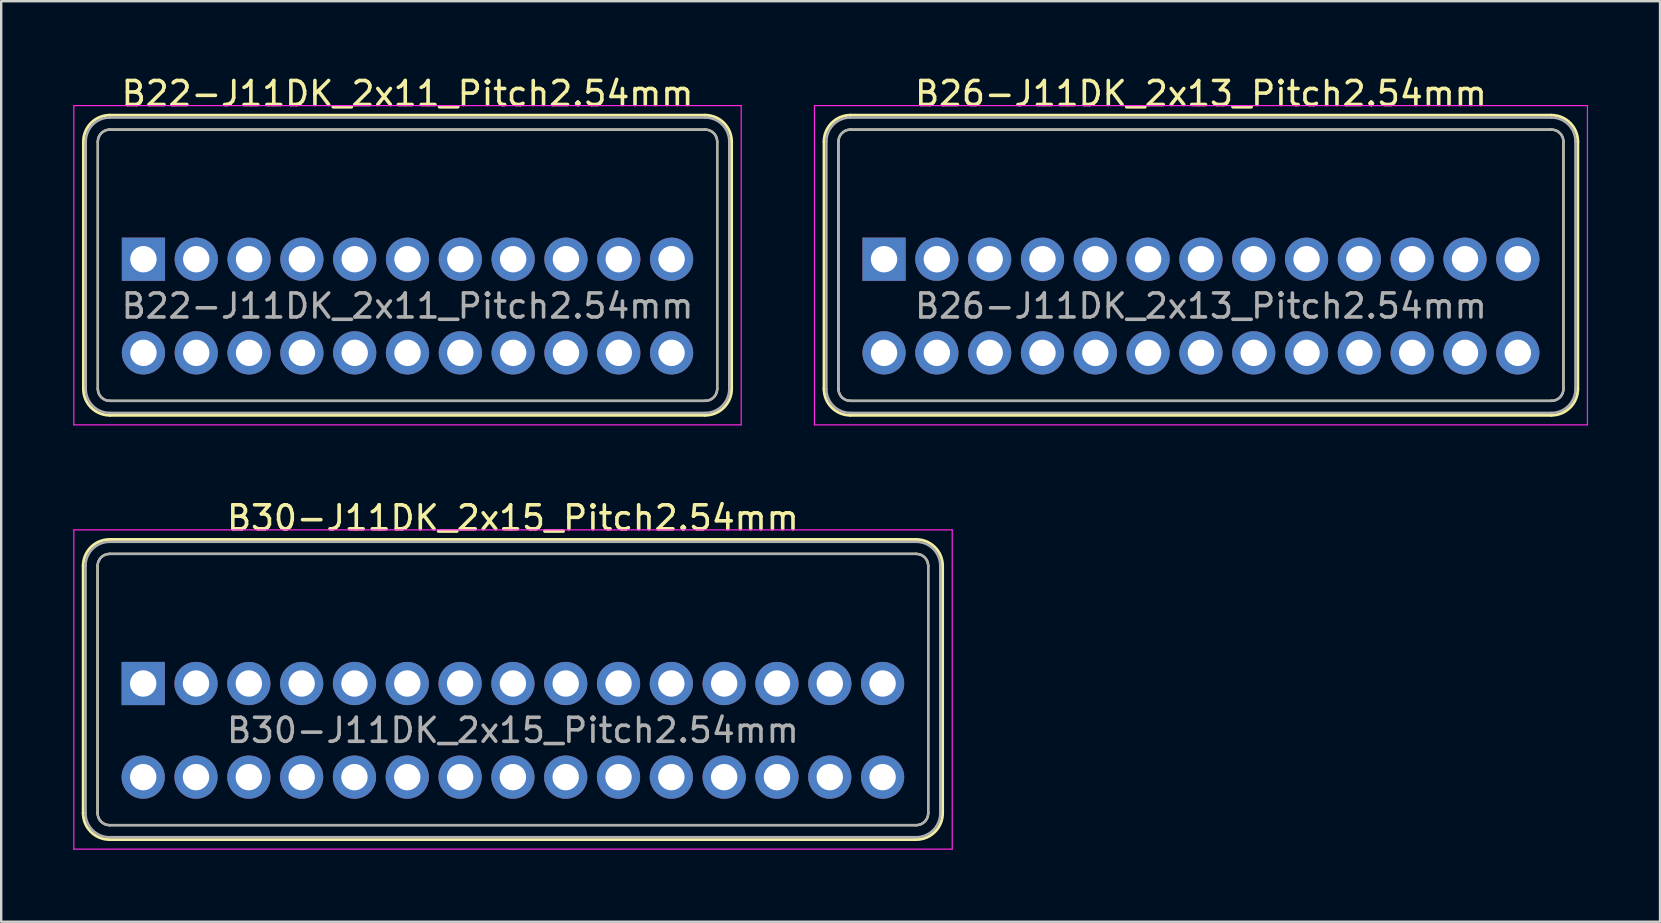
<source format=kicad_pcb>
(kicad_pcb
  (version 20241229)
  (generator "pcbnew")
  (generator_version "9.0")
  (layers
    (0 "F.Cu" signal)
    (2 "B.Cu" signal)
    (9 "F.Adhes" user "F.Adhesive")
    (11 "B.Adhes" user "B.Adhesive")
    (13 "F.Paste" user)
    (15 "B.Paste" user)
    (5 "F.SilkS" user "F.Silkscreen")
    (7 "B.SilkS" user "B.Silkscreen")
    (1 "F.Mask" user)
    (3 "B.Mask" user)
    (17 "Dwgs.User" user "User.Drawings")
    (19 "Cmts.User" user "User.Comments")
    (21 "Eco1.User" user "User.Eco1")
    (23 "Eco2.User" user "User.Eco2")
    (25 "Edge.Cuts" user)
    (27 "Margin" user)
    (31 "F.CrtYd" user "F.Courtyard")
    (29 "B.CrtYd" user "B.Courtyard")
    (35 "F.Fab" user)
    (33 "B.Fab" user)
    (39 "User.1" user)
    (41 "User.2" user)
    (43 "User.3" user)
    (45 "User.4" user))
  (footprint "B22-J11DK_2x11_Pitch2.54mm"
    (layer "F.Cu")
    (at 2.925 7.748)
    (property "Reference" "B22-J11DK_2x11_Pitch2.54mm" (at 11 -6.9 0) (layer "F.SilkS") (effects (font (size 1 1) (thickness 0.15))))
    (attr through_hole)
    (fp_line (start -2.5 -4.9) (end -2.5 5.4) (stroke (width 0.12) (type solid)) (layer "F.SilkS"))
    (fp_line (start -1.9 -4.9) (end -1.9 5.4) (stroke (width 0.1) (type solid)) (layer "F.SilkS"))
    (fp_line (start -1.4 -6) (end 23.4 -6) (stroke (width 0.12) (type solid)) (layer "F.SilkS"))
    (fp_line (start -1.4 -5.4) (end 23.4 -5.4) (stroke (width 0.1) (type solid)) (layer "F.SilkS"))
    (fp_line (start -1.4 5.9) (end 23.4 5.9) (stroke (width 0.1) (type solid)) (layer "F.SilkS"))
    (fp_line (start -1.4 6.5) (end 23.4 6.5) (stroke (width 0.12) (type solid)) (layer "F.SilkS"))
    (fp_line (start 23.9 -4.9) (end 23.9 5.4) (stroke (width 0.1) (type solid)) (layer "F.SilkS"))
    (fp_line (start 24.5 -4.9) (end 24.5 5.4) (stroke (width 0.12) (type solid)) (layer "F.SilkS"))
    (fp_arc (start -2.5 -4.9) (mid -2.177817 -5.677817) (end -1.4 -6) (stroke (width 0.12) (type solid)) (layer "F.SilkS"))
    (fp_arc (start -1.9 -4.9) (mid -1.753553 -5.253553) (end -1.4 -5.4) (stroke (width 0.1) (type solid)) (layer "F.SilkS"))
    (fp_arc (start -1.4 5.9) (mid -1.753553 5.753553) (end -1.9 5.4) (stroke (width 0.1) (type solid)) (layer "F.SilkS"))
    (fp_arc (start -1.4 6.5) (mid -2.177817 6.177817) (end -2.5 5.4) (stroke (width 0.12) (type solid)) (layer "F.SilkS"))
    (fp_arc (start 23.4 -6) (mid 24.177817 -5.677817) (end 24.5 -4.9) (stroke (width 0.12) (type solid)) (layer "F.SilkS"))
    (fp_arc (start 23.4 -5.4) (mid 23.753553 -5.253553) (end 23.9 -4.9) (stroke (width 0.1) (type solid)) (layer "F.SilkS"))
    (fp_arc (start 23.9 5.4) (mid 23.753553 5.753553) (end 23.4 5.9) (stroke (width 0.1) (type solid)) (layer "F.SilkS"))
    (fp_arc (start 24.5 5.4) (mid 24.177817 6.177817) (end 23.4 6.5) (stroke (width 0.12) (type solid)) (layer "F.SilkS"))
    (fp_line (start -2.9 -6.4) (end -2.9 6.9) (stroke (width 0.05) (type solid)) (layer "F.CrtYd"))
    (fp_line (start -2.9 6.9) (end 24.9 6.9) (stroke (width 0.05) (type solid)) (layer "F.CrtYd"))
    (fp_line (start 24.9 -6.4) (end -2.9 -6.4) (stroke (width 0.05) (type solid)) (layer "F.CrtYd"))
    (fp_line (start 24.9 6.9) (end 24.9 -6.4) (stroke (width 0.05) (type solid)) (layer "F.CrtYd"))
    (fp_line (start -2.4 -4.9) (end -2.4 5.4) (stroke (width 0.1) (type solid)) (layer "F.Fab"))
    (fp_line (start -1.9 -4.9) (end -1.9 5.4) (stroke (width 0.1) (type solid)) (layer "F.Fab"))
    (fp_line (start -1.4 -5.9) (end 23.4 -5.9) (stroke (width 0.1) (type solid)) (layer "F.Fab"))
    (fp_line (start -1.4 -5.4) (end 23.4 -5.4) (stroke (width 0.1) (type solid)) (layer "F.Fab"))
    (fp_line (start -1.4 5.9) (end 23.4 5.9) (stroke (width 0.1) (type solid)) (layer "F.Fab"))
    (fp_line (start -1.4 6.4) (end 23.4 6.4) (stroke (width 0.1) (type solid)) (layer "F.Fab"))
    (fp_line (start 23.9 -4.9) (end 23.9 5.4) (stroke (width 0.1) (type solid)) (layer "F.Fab"))
    (fp_line (start 24.4 -4.9) (end 24.4 5.4) (stroke (width 0.1) (type solid)) (layer "F.Fab"))
    (fp_arc (start -2.4 -4.9) (mid -2.107107 -5.607107) (end -1.4 -5.9) (stroke (width 0.1) (type solid)) (layer "F.Fab"))
    (fp_arc (start -1.9 -4.9) (mid -1.753553 -5.253553) (end -1.4 -5.4) (stroke (width 0.1) (type solid)) (layer "F.Fab"))
    (fp_arc (start -1.4 5.9) (mid -1.753553 5.753553) (end -1.9 5.4) (stroke (width 0.1) (type solid)) (layer "F.Fab"))
    (fp_arc (start -1.4 6.4) (mid -2.107107 6.107107) (end -2.4 5.4) (stroke (width 0.1) (type solid)) (layer "F.Fab"))
    (fp_arc (start 23.4 -5.9) (mid 24.107107 -5.607107) (end 24.4 -4.9) (stroke (width 0.1) (type solid)) (layer "F.Fab"))
    (fp_arc (start 23.4 -5.4) (mid 23.753553 -5.253553) (end 23.9 -4.9) (stroke (width 0.1) (type solid)) (layer "F.Fab"))
    (fp_arc (start 23.9 5.4) (mid 23.753553 5.753553) (end 23.4 5.9) (stroke (width 0.1) (type solid)) (layer "F.Fab"))
    (fp_arc (start 24.4 5.4) (mid 24.107107 6.107107) (end 23.4 6.4) (stroke (width 0.1) (type solid)) (layer "F.Fab"))
    (fp_text user "${REFERENCE}" (at 11 1.95 0) (layer "F.Fab") (effects (font (size 1 1) (thickness 0.15))))
    (pad "1" thru_hole rect (at 0 0) (size 1.8 1.8) (drill 1.1) (layers "*.Cu" "*.Mask"))
    (pad "2" thru_hole circle (at 0 3.9) (size 1.8 1.8) (drill 1.1) (layers "*.Cu" "*.Mask"))
    (pad "3" thru_hole circle (at 2.2 0) (size 1.8 1.8) (drill 1.1) (layers "*.Cu" "*.Mask"))
    (pad "4" thru_hole circle (at 2.2 3.9) (size 1.8 1.8) (drill 1.1) (layers "*.Cu" "*.Mask"))
    (pad "5" thru_hole circle (at 4.4 0) (size 1.8 1.8) (drill 1.1) (layers "*.Cu" "*.Mask"))
    (pad "6" thru_hole circle (at 4.4 3.9) (size 1.8 1.8) (drill 1.1) (layers "*.Cu" "*.Mask"))
    (pad "7" thru_hole circle (at 6.6 0) (size 1.8 1.8) (drill 1.1) (layers "*.Cu" "*.Mask"))
    (pad "8" thru_hole circle (at 6.6 3.9) (size 1.8 1.8) (drill 1.1) (layers "*.Cu" "*.Mask"))
    (pad "9" thru_hole circle (at 8.8 0) (size 1.8 1.8) (drill 1.1) (layers "*.Cu" "*.Mask"))
    (pad "10" thru_hole circle (at 8.8 3.9) (size 1.8 1.8) (drill 1.1) (layers "*.Cu" "*.Mask"))
    (pad "11" thru_hole circle (at 11 0) (size 1.8 1.8) (drill 1.1) (layers "*.Cu" "*.Mask"))
    (pad "12" thru_hole circle (at 11 3.9) (size 1.8 1.8) (drill 1.1) (layers "*.Cu" "*.Mask"))
    (pad "13" thru_hole circle (at 13.2 0) (size 1.8 1.8) (drill 1.1) (layers "*.Cu" "*.Mask"))
    (pad "14" thru_hole circle (at 13.2 3.9) (size 1.8 1.8) (drill 1.1) (layers "*.Cu" "*.Mask"))
    (pad "15" thru_hole circle (at 15.4 0) (size 1.8 1.8) (drill 1.1) (layers "*.Cu" "*.Mask"))
    (pad "16" thru_hole circle (at 15.4 3.9) (size 1.8 1.8) (drill 1.1) (layers "*.Cu" "*.Mask"))
    (pad "17" thru_hole circle (at 17.6 0) (size 1.8 1.8) (drill 1.1) (layers "*.Cu" "*.Mask"))
    (pad "18" thru_hole circle (at 17.6 3.9) (size 1.8 1.8) (drill 1.1) (layers "*.Cu" "*.Mask"))
    (pad "19" thru_hole circle (at 19.8 0) (size 1.8 1.8) (drill 1.1) (layers "*.Cu" "*.Mask"))
    (pad "20" thru_hole circle (at 19.8 3.9) (size 1.8 1.8) (drill 1.1) (layers "*.Cu" "*.Mask"))
    (pad "21" thru_hole circle (at 22 0) (size 1.8 1.8) (drill 1.1) (layers "*.Cu" "*.Mask"))
    (pad "22" thru_hole circle (at 22 3.9) (size 1.8 1.8) (drill 1.1) (layers "*.Cu" "*.Mask")))
  (footprint "B30-J11DK_2x15_Pitch2.54mm"
    (layer "F.Cu")
    (at 2.915 25.422)
    (property "Reference" "B30-J11DK_2x15_Pitch2.54mm" (at 15.4 -6.9 0) (layer "F.SilkS") (effects (font (size 1 1) (thickness 0.15))))
    (attr through_hole)
    (fp_line (start -2.5 -4.9) (end -2.5 5.4) (stroke (width 0.12) (type solid)) (layer "F.SilkS"))
    (fp_line (start -1.9 -4.9) (end -1.9 5.4) (stroke (width 0.1) (type solid)) (layer "F.SilkS"))
    (fp_line (start -1.4 -6) (end 32.2 -6) (stroke (width 0.12) (type solid)) (layer "F.SilkS"))
    (fp_line (start -1.4 -5.4) (end 32.2 -5.4) (stroke (width 0.1) (type solid)) (layer "F.SilkS"))
    (fp_line (start -1.4 5.9) (end 32.2 5.9) (stroke (width 0.1) (type solid)) (layer "F.SilkS"))
    (fp_line (start -1.4 6.5) (end 32.2 6.5) (stroke (width 0.12) (type solid)) (layer "F.SilkS"))
    (fp_line (start 32.7 -4.9) (end 32.7 5.4) (stroke (width 0.1) (type solid)) (layer "F.SilkS"))
    (fp_line (start 33.3 -4.9) (end 33.3 5.4) (stroke (width 0.12) (type solid)) (layer "F.SilkS"))
    (fp_arc (start -2.5 -4.9) (mid -2.177817 -5.677817) (end -1.4 -6) (stroke (width 0.12) (type solid)) (layer "F.SilkS"))
    (fp_arc (start -1.9 -4.9) (mid -1.753553 -5.253553) (end -1.4 -5.4) (stroke (width 0.1) (type solid)) (layer "F.SilkS"))
    (fp_arc (start -1.4 5.9) (mid -1.753553 5.753553) (end -1.9 5.4) (stroke (width 0.1) (type solid)) (layer "F.SilkS"))
    (fp_arc (start -1.4 6.5) (mid -2.177817 6.177817) (end -2.5 5.4) (stroke (width 0.12) (type solid)) (layer "F.SilkS"))
    (fp_arc (start 32.2 -6) (mid 32.977817 -5.677817) (end 33.3 -4.9) (stroke (width 0.12) (type solid)) (layer "F.SilkS"))
    (fp_arc (start 32.2 -5.4) (mid 32.553553 -5.253553) (end 32.7 -4.9) (stroke (width 0.1) (type solid)) (layer "F.SilkS"))
    (fp_arc (start 32.7 5.4) (mid 32.553553 5.753553) (end 32.2 5.9) (stroke (width 0.1) (type solid)) (layer "F.SilkS"))
    (fp_arc (start 33.3 5.4) (mid 32.977817 6.177817) (end 32.2 6.5) (stroke (width 0.12) (type solid)) (layer "F.SilkS"))
    (fp_line (start -2.89 -6.4) (end -2.89 6.9) (stroke (width 0.05) (type solid)) (layer "F.CrtYd"))
    (fp_line (start -2.89 6.9) (end 33.7 6.9) (stroke (width 0.05) (type solid)) (layer "F.CrtYd"))
    (fp_line (start 33.7 -6.4) (end -2.89 -6.4) (stroke (width 0.05) (type solid)) (layer "F.CrtYd"))
    (fp_line (start 33.7 6.9) (end 33.7 -6.4) (stroke (width 0.05) (type solid)) (layer "F.CrtYd"))
    (fp_line (start -2.4 -4.9) (end -2.4 5.4) (stroke (width 0.1) (type solid)) (layer "F.Fab"))
    (fp_line (start -1.9 -4.9) (end -1.9 5.4) (stroke (width 0.1) (type solid)) (layer "F.Fab"))
    (fp_line (start -1.4 -5.9) (end 32.2 -5.9) (stroke (width 0.1) (type solid)) (layer "F.Fab"))
    (fp_line (start -1.4 -5.4) (end 32.2 -5.4) (stroke (width 0.1) (type solid)) (layer "F.Fab"))
    (fp_line (start -1.4 5.9) (end 32.2 5.9) (stroke (width 0.1) (type solid)) (layer "F.Fab"))
    (fp_line (start -1.4 6.4) (end 32.2 6.4) (stroke (width 0.1) (type solid)) (layer "F.Fab"))
    (fp_line (start 32.7 -4.9) (end 32.7 5.4) (stroke (width 0.1) (type solid)) (layer "F.Fab"))
    (fp_line (start 33.2 -4.9) (end 33.2 5.4) (stroke (width 0.1) (type solid)) (layer "F.Fab"))
    (fp_arc (start -2.4 -4.9) (mid -2.107107 -5.607107) (end -1.4 -5.9) (stroke (width 0.1) (type solid)) (layer "F.Fab"))
    (fp_arc (start -1.9 -4.9) (mid -1.753553 -5.253553) (end -1.4 -5.4) (stroke (width 0.1) (type solid)) (layer "F.Fab"))
    (fp_arc (start -1.4 5.9) (mid -1.753553 5.753553) (end -1.9 5.4) (stroke (width 0.1) (type solid)) (layer "F.Fab"))
    (fp_arc (start -1.4 6.4) (mid -2.107107 6.107107) (end -2.4 5.4) (stroke (width 0.1) (type solid)) (layer "F.Fab"))
    (fp_arc (start 32.2 -5.9) (mid 32.907107 -5.607107) (end 33.2 -4.9) (stroke (width 0.1) (type solid)) (layer "F.Fab"))
    (fp_arc (start 32.2 -5.4) (mid 32.553553 -5.253553) (end 32.7 -4.9) (stroke (width 0.1) (type solid)) (layer "F.Fab"))
    (fp_arc (start 32.7 5.4) (mid 32.553553 5.753553) (end 32.2 5.9) (stroke (width 0.1) (type solid)) (layer "F.Fab"))
    (fp_arc (start 33.2 5.4) (mid 32.907107 6.107107) (end 32.2 6.4) (stroke (width 0.1) (type solid)) (layer "F.Fab"))
    (fp_text user "${REFERENCE}" (at 15.4 1.95 0) (layer "F.Fab") (effects (font (size 1 1) (thickness 0.15))))
    (pad "1" thru_hole rect (at 0 0) (size 1.8 1.8) (drill 1.1) (layers "*.Cu" "*.Mask"))
    (pad "2" thru_hole circle (at 0 3.9) (size 1.8 1.8) (drill 1.1) (layers "*.Cu" "*.Mask"))
    (pad "3" thru_hole circle (at 2.2 0) (size 1.8 1.8) (drill 1.1) (layers "*.Cu" "*.Mask"))
    (pad "4" thru_hole circle (at 2.2 3.9) (size 1.8 1.8) (drill 1.1) (layers "*.Cu" "*.Mask"))
    (pad "5" thru_hole circle (at 4.4 0) (size 1.8 1.8) (drill 1.1) (layers "*.Cu" "*.Mask"))
    (pad "6" thru_hole circle (at 4.4 3.9) (size 1.8 1.8) (drill 1.1) (layers "*.Cu" "*.Mask"))
    (pad "7" thru_hole circle (at 6.6 0) (size 1.8 1.8) (drill 1.1) (layers "*.Cu" "*.Mask"))
    (pad "8" thru_hole circle (at 6.6 3.9) (size 1.8 1.8) (drill 1.1) (layers "*.Cu" "*.Mask"))
    (pad "9" thru_hole circle (at 8.8 0) (size 1.8 1.8) (drill 1.1) (layers "*.Cu" "*.Mask"))
    (pad "10" thru_hole circle (at 8.8 3.9) (size 1.8 1.8) (drill 1.1) (layers "*.Cu" "*.Mask"))
    (pad "11" thru_hole circle (at 11 0) (size 1.8 1.8) (drill 1.1) (layers "*.Cu" "*.Mask"))
    (pad "12" thru_hole circle (at 11 3.9) (size 1.8 1.8) (drill 1.1) (layers "*.Cu" "*.Mask"))
    (pad "13" thru_hole circle (at 13.2 0) (size 1.8 1.8) (drill 1.1) (layers "*.Cu" "*.Mask"))
    (pad "14" thru_hole circle (at 13.2 3.9) (size 1.8 1.8) (drill 1.1) (layers "*.Cu" "*.Mask"))
    (pad "15" thru_hole circle (at 15.4 0) (size 1.8 1.8) (drill 1.1) (layers "*.Cu" "*.Mask"))
    (pad "16" thru_hole circle (at 15.4 3.9) (size 1.8 1.8) (drill 1.1) (layers "*.Cu" "*.Mask"))
    (pad "17" thru_hole circle (at 17.6 0) (size 1.8 1.8) (drill 1.1) (layers "*.Cu" "*.Mask"))
    (pad "18" thru_hole circle (at 17.6 3.9) (size 1.8 1.8) (drill 1.1) (layers "*.Cu" "*.Mask"))
    (pad "19" thru_hole circle (at 19.8 0) (size 1.8 1.8) (drill 1.1) (layers "*.Cu" "*.Mask"))
    (pad "20" thru_hole circle (at 19.8 3.9) (size 1.8 1.8) (drill 1.1) (layers "*.Cu" "*.Mask"))
    (pad "21" thru_hole circle (at 22 0) (size 1.8 1.8) (drill 1.1) (layers "*.Cu" "*.Mask"))
    (pad "22" thru_hole circle (at 22 3.9) (size 1.8 1.8) (drill 1.1) (layers "*.Cu" "*.Mask"))
    (pad "23" thru_hole circle (at 24.2 0) (size 1.8 1.8) (drill 1.1) (layers "*.Cu" "*.Mask"))
    (pad "24" thru_hole circle (at 24.2 3.9) (size 1.8 1.8) (drill 1.1) (layers "*.Cu" "*.Mask"))
    (pad "25" thru_hole circle (at 26.4 0) (size 1.8 1.8) (drill 1.1) (layers "*.Cu" "*.Mask"))
    (pad "26" thru_hole circle (at 26.4 3.9) (size 1.8 1.8) (drill 1.1) (layers "*.Cu" "*.Mask"))
    (pad "27" thru_hole circle (at 28.6 0) (size 1.8 1.8) (drill 1.1) (layers "*.Cu" "*.Mask"))
    (pad "28" thru_hole circle (at 28.6 3.9) (size 1.8 1.8) (drill 1.1) (layers "*.Cu" "*.Mask"))
    (pad "29" thru_hole circle (at 30.8 0) (size 1.8 1.8) (drill 1.1) (layers "*.Cu" "*.Mask"))
    (pad "30" thru_hole circle (at 30.8 3.9) (size 1.8 1.8) (drill 1.1) (layers "*.Cu" "*.Mask")))
  (footprint "B26-J11DK_2x13_Pitch2.54mm"
    (layer "F.Cu")
    (at 33.775 7.748)
    (property "Reference" "B26-J11DK_2x13_Pitch2.54mm" (at 13.2 -6.9 0) (layer "F.SilkS") (effects (font (size 1 1) (thickness 0.15))))
    (attr through_hole)
    (fp_line (start -2.5 -4.9) (end -2.5 5.4) (stroke (width 0.12) (type solid)) (layer "F.SilkS"))
    (fp_line (start -1.9 -4.9) (end -1.9 5.4) (stroke (width 0.1) (type solid)) (layer "F.SilkS"))
    (fp_line (start -1.4 -6) (end 27.8 -6) (stroke (width 0.12) (type solid)) (layer "F.SilkS"))
    (fp_line (start -1.4 -5.4) (end 27.8 -5.4) (stroke (width 0.1) (type solid)) (layer "F.SilkS"))
    (fp_line (start -1.4 5.9) (end 27.8 5.9) (stroke (width 0.1) (type solid)) (layer "F.SilkS"))
    (fp_line (start -1.4 6.5) (end 27.8 6.5) (stroke (width 0.12) (type solid)) (layer "F.SilkS"))
    (fp_line (start 28.3 -4.9) (end 28.3 5.4) (stroke (width 0.1) (type solid)) (layer "F.SilkS"))
    (fp_line (start 28.9 -4.9) (end 28.9 5.4) (stroke (width 0.12) (type solid)) (layer "F.SilkS"))
    (fp_arc (start -2.5 -4.9) (mid -2.177817 -5.677817) (end -1.4 -6) (stroke (width 0.12) (type solid)) (layer "F.SilkS"))
    (fp_arc (start -1.9 -4.9) (mid -1.753553 -5.253553) (end -1.4 -5.4) (stroke (width 0.1) (type solid)) (layer "F.SilkS"))
    (fp_arc (start -1.4 5.9) (mid -1.753553 5.753553) (end -1.9 5.4) (stroke (width 0.1) (type solid)) (layer "F.SilkS"))
    (fp_arc (start -1.4 6.5) (mid -2.177817 6.177817) (end -2.5 5.4) (stroke (width 0.12) (type solid)) (layer "F.SilkS"))
    (fp_arc (start 27.8 -6) (mid 28.577817 -5.677817) (end 28.9 -4.9) (stroke (width 0.12) (type solid)) (layer "F.SilkS"))
    (fp_arc (start 27.8 -5.4) (mid 28.153553 -5.253553) (end 28.3 -4.9) (stroke (width 0.1) (type solid)) (layer "F.SilkS"))
    (fp_arc (start 28.3 5.4) (mid 28.153553 5.753553) (end 27.8 5.9) (stroke (width 0.1) (type solid)) (layer "F.SilkS"))
    (fp_arc (start 28.9 5.4) (mid 28.577817 6.177817) (end 27.8 6.5) (stroke (width 0.12) (type solid)) (layer "F.SilkS"))
    (fp_line (start -2.9 -6.4) (end -2.9 6.9) (stroke (width 0.05) (type solid)) (layer "F.CrtYd"))
    (fp_line (start -2.9 6.9) (end 29.3 6.9) (stroke (width 0.05) (type solid)) (layer "F.CrtYd"))
    (fp_line (start 29.3 -6.4) (end -2.9 -6.4) (stroke (width 0.05) (type solid)) (layer "F.CrtYd"))
    (fp_line (start 29.3 6.9) (end 29.3 -6.4) (stroke (width 0.05) (type solid)) (layer "F.CrtYd"))
    (fp_line (start -2.4 -4.9) (end -2.4 5.4) (stroke (width 0.1) (type solid)) (layer "F.Fab"))
    (fp_line (start -1.9 -4.9) (end -1.9 5.4) (stroke (width 0.1) (type solid)) (layer "F.Fab"))
    (fp_line (start -1.4 -5.9) (end 27.8 -5.9) (stroke (width 0.1) (type solid)) (layer "F.Fab"))
    (fp_line (start -1.4 -5.4) (end 27.8 -5.4) (stroke (width 0.1) (type solid)) (layer "F.Fab"))
    (fp_line (start -1.4 5.9) (end 27.8 5.9) (stroke (width 0.1) (type solid)) (layer "F.Fab"))
    (fp_line (start -1.4 6.4) (end 27.8 6.4) (stroke (width 0.1) (type solid)) (layer "F.Fab"))
    (fp_line (start 28.3 -4.9) (end 28.3 5.4) (stroke (width 0.1) (type solid)) (layer "F.Fab"))
    (fp_line (start 28.8 -4.9) (end 28.8 5.4) (stroke (width 0.1) (type solid)) (layer "F.Fab"))
    (fp_arc (start -2.4 -4.9) (mid -2.107107 -5.607107) (end -1.4 -5.9) (stroke (width 0.1) (type solid)) (layer "F.Fab"))
    (fp_arc (start -1.9 -4.9) (mid -1.753553 -5.253553) (end -1.4 -5.4) (stroke (width 0.1) (type solid)) (layer "F.Fab"))
    (fp_arc (start -1.4 5.9) (mid -1.753553 5.753553) (end -1.9 5.4) (stroke (width 0.1) (type solid)) (layer "F.Fab"))
    (fp_arc (start -1.4 6.4) (mid -2.107107 6.107107) (end -2.4 5.4) (stroke (width 0.1) (type solid)) (layer "F.Fab"))
    (fp_arc (start 27.8 -5.9) (mid 28.507107 -5.607107) (end 28.8 -4.9) (stroke (width 0.1) (type solid)) (layer "F.Fab"))
    (fp_arc (start 27.8 -5.4) (mid 28.153553 -5.253553) (end 28.3 -4.9) (stroke (width 0.1) (type solid)) (layer "F.Fab"))
    (fp_arc (start 28.3 5.4) (mid 28.153553 5.753553) (end 27.8 5.9) (stroke (width 0.1) (type solid)) (layer "F.Fab"))
    (fp_arc (start 28.8 5.4) (mid 28.507107 6.107107) (end 27.8 6.4) (stroke (width 0.1) (type solid)) (layer "F.Fab"))
    (fp_text user "${REFERENCE}" (at 13.2 1.95 0) (layer "F.Fab") (effects (font (size 1 1) (thickness 0.15))))
    (pad "1" thru_hole rect (at 0 0) (size 1.8 1.8) (drill 1.1) (layers "*.Cu" "*.Mask"))
    (pad "2" thru_hole circle (at 0 3.9) (size 1.8 1.8) (drill 1.1) (layers "*.Cu" "*.Mask"))
    (pad "3" thru_hole circle (at 2.2 0) (size 1.8 1.8) (drill 1.1) (layers "*.Cu" "*.Mask"))
    (pad "4" thru_hole circle (at 2.2 3.9) (size 1.8 1.8) (drill 1.1) (layers "*.Cu" "*.Mask"))
    (pad "5" thru_hole circle (at 4.4 0) (size 1.8 1.8) (drill 1.1) (layers "*.Cu" "*.Mask"))
    (pad "6" thru_hole circle (at 4.4 3.9) (size 1.8 1.8) (drill 1.1) (layers "*.Cu" "*.Mask"))
    (pad "7" thru_hole circle (at 6.6 0) (size 1.8 1.8) (drill 1.1) (layers "*.Cu" "*.Mask"))
    (pad "8" thru_hole circle (at 6.6 3.9) (size 1.8 1.8) (drill 1.1) (layers "*.Cu" "*.Mask"))
    (pad "9" thru_hole circle (at 8.8 0) (size 1.8 1.8) (drill 1.1) (layers "*.Cu" "*.Mask"))
    (pad "10" thru_hole circle (at 8.8 3.9) (size 1.8 1.8) (drill 1.1) (layers "*.Cu" "*.Mask"))
    (pad "11" thru_hole circle (at 11 0) (size 1.8 1.8) (drill 1.1) (layers "*.Cu" "*.Mask"))
    (pad "12" thru_hole circle (at 11 3.9) (size 1.8 1.8) (drill 1.1) (layers "*.Cu" "*.Mask"))
    (pad "13" thru_hole circle (at 13.2 0) (size 1.8 1.8) (drill 1.1) (layers "*.Cu" "*.Mask"))
    (pad "14" thru_hole circle (at 13.2 3.9) (size 1.8 1.8) (drill 1.1) (layers "*.Cu" "*.Mask"))
    (pad "15" thru_hole circle (at 15.4 0) (size 1.8 1.8) (drill 1.1) (layers "*.Cu" "*.Mask"))
    (pad "16" thru_hole circle (at 15.4 3.9) (size 1.8 1.8) (drill 1.1) (layers "*.Cu" "*.Mask"))
    (pad "17" thru_hole circle (at 17.6 0) (size 1.8 1.8) (drill 1.1) (layers "*.Cu" "*.Mask"))
    (pad "18" thru_hole circle (at 17.6 3.9) (size 1.8 1.8) (drill 1.1) (layers "*.Cu" "*.Mask"))
    (pad "19" thru_hole circle (at 19.8 0) (size 1.8 1.8) (drill 1.1) (layers "*.Cu" "*.Mask"))
    (pad "20" thru_hole circle (at 19.8 3.9) (size 1.8 1.8) (drill 1.1) (layers "*.Cu" "*.Mask"))
    (pad "21" thru_hole circle (at 22 0) (size 1.8 1.8) (drill 1.1) (layers "*.Cu" "*.Mask"))
    (pad "22" thru_hole circle (at 22 3.9) (size 1.8 1.8) (drill 1.1) (layers "*.Cu" "*.Mask"))
    (pad "23" thru_hole circle (at 24.2 0) (size 1.8 1.8) (drill 1.1) (layers "*.Cu" "*.Mask"))
    (pad "24" thru_hole circle (at 24.2 3.9) (size 1.8 1.8) (drill 1.1) (layers "*.Cu" "*.Mask"))
    (pad "25" thru_hole circle (at 26.4 0) (size 1.8 1.8) (drill 1.1) (layers "*.Cu" "*.Mask"))
    (pad "26" thru_hole circle (at 26.4 3.9) (size 1.8 1.8) (drill 1.1) (layers "*.Cu" "*.Mask")))
  (gr_rect
    (start -3 -3)
    (end 66.1 35.346)
    (stroke (width 0.1) (type default))
    (fill no)
    (layer "Edge.Cuts")))
</source>
